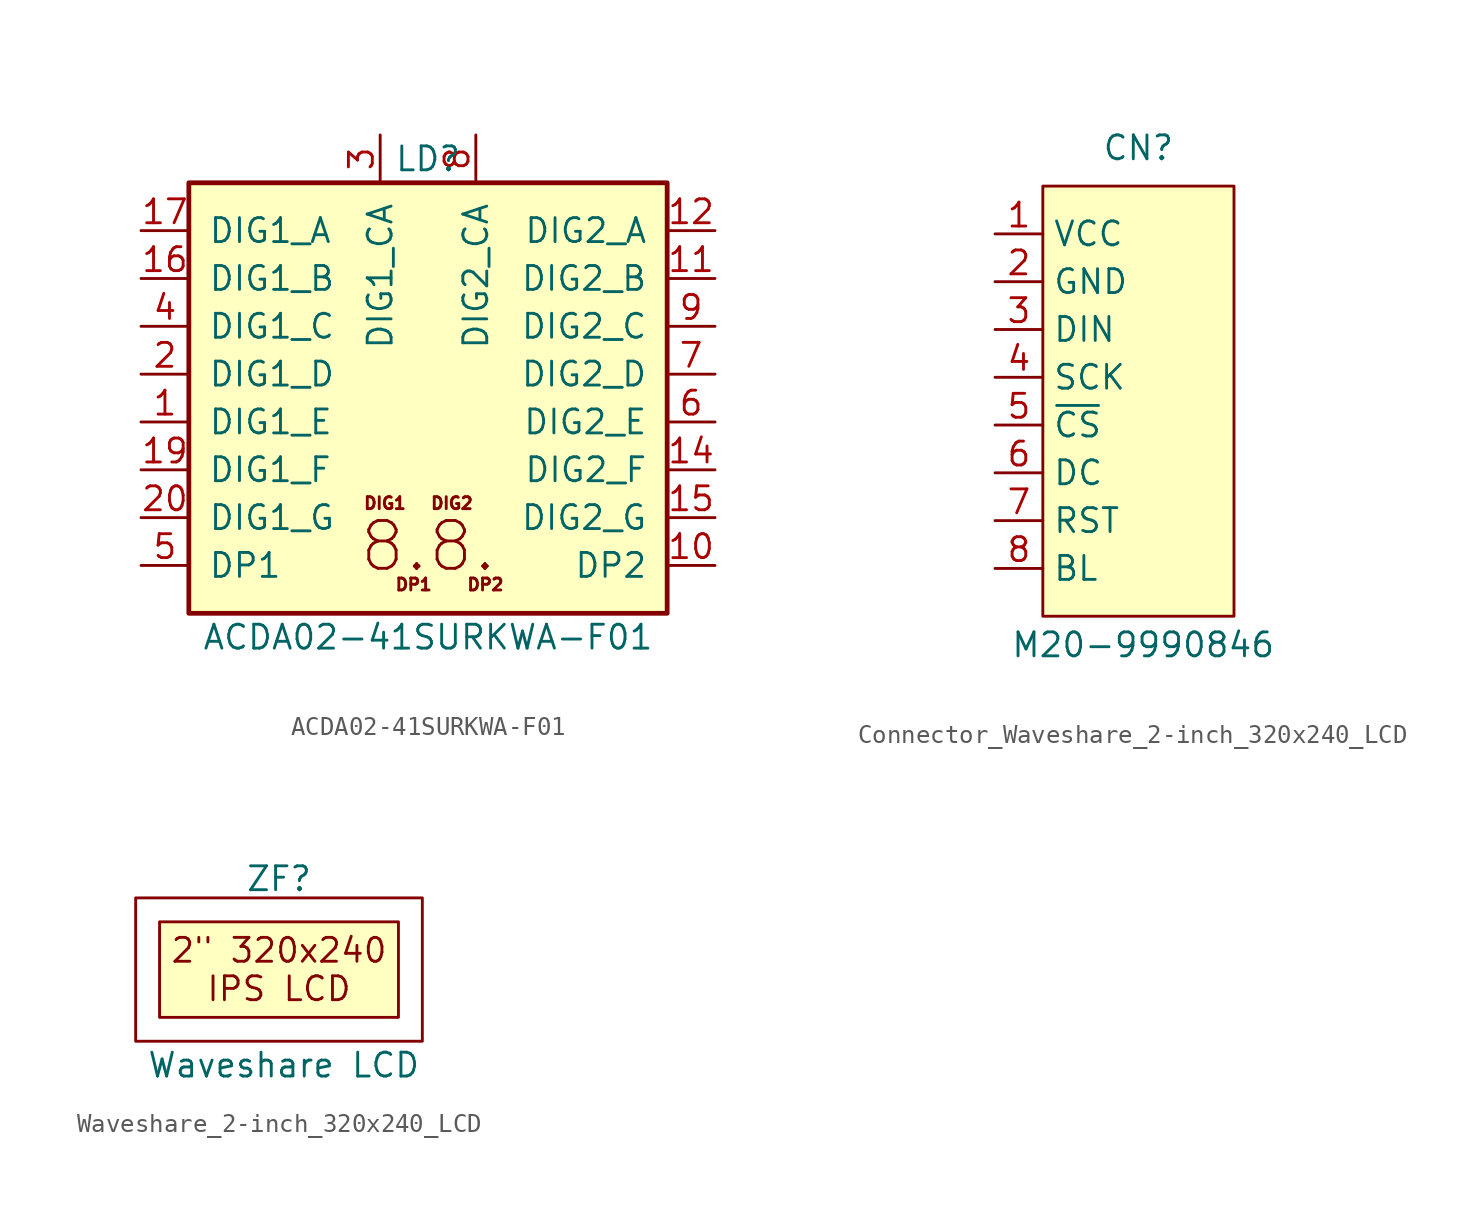
<source format=kicad_sym>
(kicad_symbol_lib
  (version 20241209)
  (generator "kicad_symbol_editor")
  (generator_version "9.0")
  (symbol "ACDA02-41SURKWA-F01"
    (pin_names
      (offset 1.016))
    (property "Reference" "LD"
      (at 0 13.97 0)
      (effects (font (size 1.27 1.27))))
    (property "Value" "ACDA02-41SURKWA-F01"
      (at 0 -11.43 0)
      (effects (font (size 1.27 1.27))))
    (symbol "ACDA02-41SURKWA-F01_1_1"
      (rectangle (start -12.7 12.7) (end 12.7 -10.16) (stroke (width 0.254) (type default)) (fill (type background)))
      (text "DIG1" (at -2.286 -4.318 0) (effects (font (size 0.635 0.635))))
      (text "DP1" (at -0.762 -8.636 0) (effects (font (size 0.635 0.635))))
      (text "8.8." (at 0 -6.604 0) (effects (font (size 2.54 2.54))))
      (text "DIG2" (at 1.27 -4.318 0) (effects (font (size 0.635 0.635))))
      (text "DP2" (at 3.048 -8.636 0) (effects (font (size 0.635 0.635))))
      (pin input line (at -15.24 10.16 0) (length 2.54) (name "DIG1_A" (effects (font (size 1.27 1.27)))) (number "17" (effects (font (size 1.27 1.27)))))
      (pin input line (at -15.24 7.62 0) (length 2.54) (name "DIG1_B" (effects (font (size 1.27 1.27)))) (number "16" (effects (font (size 1.27 1.27)))))
      (pin input line (at -15.24 5.08 0) (length 2.54) (name "DIG1_C" (effects (font (size 1.27 1.27)))) (number "4" (effects (font (size 1.27 1.27)))))
      (pin input line (at -15.24 2.54 0) (length 2.54) (name "DIG1_D" (effects (font (size 1.27 1.27)))) (number "2" (effects (font (size 1.27 1.27)))))
      (pin input line (at -15.24 0 0) (length 2.54) (name "DIG1_E" (effects (font (size 1.27 1.27)))) (number "1" (effects (font (size 1.27 1.27)))))
      (pin input line (at -15.24 -2.54 0) (length 2.54) (name "DIG1_F" (effects (font (size 1.27 1.27)))) (number "19" (effects (font (size 1.27 1.27)))))
      (pin input line (at -15.24 -5.08 0) (length 2.54) (name "DIG1_G" (effects (font (size 1.27 1.27)))) (number "20" (effects (font (size 1.27 1.27)))))
      (pin input line (at -15.24 -7.62 0) (length 2.54) (name "DP1" (effects (font (size 1.27 1.27)))) (number "5" (effects (font (size 1.27 1.27)))))
      (pin input line (at -2.54 15.24 270) (length 2.54) (hide yes) (name "DIG1_CA" (effects (font (size 1.27 1.27)))) (number "18" (effects (font (size 1.27 1.27)))))
      (pin input line (at -2.54 15.24 270) (length 2.54) (name "DIG1_CA" (effects (font (size 1.27 1.27)))) (number "3" (effects (font (size 1.27 1.27)))))
      (pin input line (at 2.54 15.24 270) (length 2.54) (hide yes) (name "DIG2_CA" (effects (font (size 1.27 1.27)))) (number "13" (effects (font (size 1.27 1.27)))))
      (pin input line (at 2.54 15.24 270) (length 2.54) (name "DIG2_CA" (effects (font (size 1.27 1.27)))) (number "8" (effects (font (size 1.27 1.27)))))
      (pin input line (at 15.24 10.16 180) (length 2.54) (name "DIG2_A" (effects (font (size 1.27 1.27)))) (number "12" (effects (font (size 1.27 1.27)))))
      (pin input line (at 15.24 7.62 180) (length 2.54) (name "DIG2_B" (effects (font (size 1.27 1.27)))) (number "11" (effects (font (size 1.27 1.27)))))
      (pin input line (at 15.24 5.08 180) (length 2.54) (name "DIG2_C" (effects (font (size 1.27 1.27)))) (number "9" (effects (font (size 1.27 1.27)))))
      (pin input line (at 15.24 2.54 180) (length 2.54) (name "DIG2_D" (effects (font (size 1.27 1.27)))) (number "7" (effects (font (size 1.27 1.27)))))
      (pin input line (at 15.24 0 180) (length 2.54) (name "DIG2_E" (effects (font (size 1.27 1.27)))) (number "6" (effects (font (size 1.27 1.27)))))
      (pin input line (at 15.24 -2.54 180) (length 2.54) (name "DIG2_F" (effects (font (size 1.27 1.27)))) (number "14" (effects (font (size 1.27 1.27)))))
      (pin input line (at 15.24 -5.08 180) (length 2.54) (name "DIG2_G" (effects (font (size 1.27 1.27)))) (number "15" (effects (font (size 1.27 1.27)))))
      (pin input line (at 15.24 -7.62 180) (length 2.54) (name "DP2" (effects (font (size 1.27 1.27)))) (number "10" (effects (font (size 1.27 1.27)))))))
  (symbol "Connector_Waveshare_2-inch_320x240_LCD"
    (property "Reference" "CN"
      (at 0 12.192 0)
      (effects (font (size 1.27 1.27))))
    (property "Value" "M20-9990846"
      (at 0.254 -14.224 0)
      (effects (font (size 1.27 1.27))))
    (symbol "Connector_Waveshare_2-inch_320x240_LCD_1_1"
      (rectangle (start -5.08 10.16) (end 5.08 -12.7) (stroke (width 0) (type solid)) (fill (type background)))
      (pin passive line (at -7.62 7.62 0) (length 2.54) (name "VCC" (effects (font (size 1.27 1.27)))) (number "1" (effects (font (size 1.27 1.27)))))
      (pin passive line (at -7.62 5.08 0) (length 2.54) (name "GND" (effects (font (size 1.27 1.27)))) (number "2" (effects (font (size 1.27 1.27)))))
      (pin passive line (at -7.62 2.54 0) (length 2.54) (name "DIN" (effects (font (size 1.27 1.27)))) (number "3" (effects (font (size 1.27 1.27)))))
      (pin passive line (at -7.62 0 0) (length 2.54) (name "SCK" (effects (font (size 1.27 1.27)))) (number "4" (effects (font (size 1.27 1.27)))))
      (pin passive line (at -7.62 -2.54 0) (length 2.54) (name "~{CS}" (effects (font (size 1.27 1.27)))) (number "5" (effects (font (size 1.27 1.27)))))
      (pin passive line (at -7.62 -5.08 0) (length 2.54) (name "DC" (effects (font (size 1.27 1.27)))) (number "6" (effects (font (size 1.27 1.27)))))
      (pin passive line (at -7.62 -7.62 0) (length 2.54) (name "RST" (effects (font (size 1.27 1.27)))) (number "7" (effects (font (size 1.27 1.27)))))
      (pin passive line (at -7.62 -10.16 0) (length 2.54) (name "BL" (effects (font (size 1.27 1.27)))) (number "8" (effects (font (size 1.27 1.27)))))))
  (symbol "Waveshare_2-inch_320x240_LCD"
    (property "Reference" "ZF"
      (at 0 4.826 0)
      (effects (font (size 1.27 1.27))))
    (property "Value" "Waveshare LCD"
      (at 0.254 -5.08 0)
      (effects (font (size 1.27 1.27))))
    (symbol "Waveshare_2-inch_320x240_LCD_0_1"
      (rectangle (start -7.62 3.81) (end 7.62 -3.81) (stroke (width 0) (type default)) (fill (type none))))
    (symbol "Waveshare_2-inch_320x240_LCD_1_1"
      (rectangle (start -6.35 2.54) (end 6.35 -2.54) (stroke (width 0) (type solid)) (fill (type background)))
      (text "2\" 320x240\nIPS LCD" (at 0 0 0) (effects (font (size 1.27 1.27)))))))
</source>
